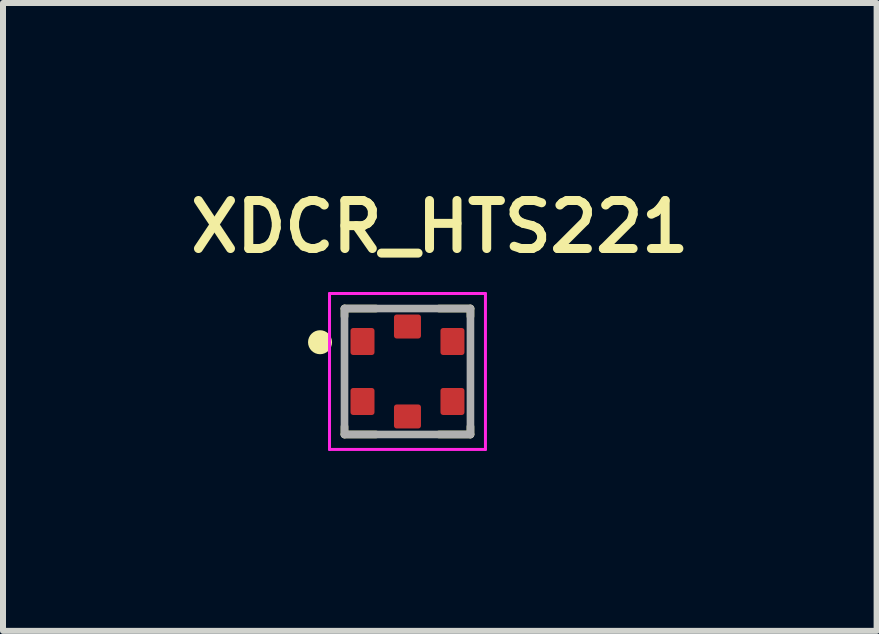
<source format=kicad_pcb>
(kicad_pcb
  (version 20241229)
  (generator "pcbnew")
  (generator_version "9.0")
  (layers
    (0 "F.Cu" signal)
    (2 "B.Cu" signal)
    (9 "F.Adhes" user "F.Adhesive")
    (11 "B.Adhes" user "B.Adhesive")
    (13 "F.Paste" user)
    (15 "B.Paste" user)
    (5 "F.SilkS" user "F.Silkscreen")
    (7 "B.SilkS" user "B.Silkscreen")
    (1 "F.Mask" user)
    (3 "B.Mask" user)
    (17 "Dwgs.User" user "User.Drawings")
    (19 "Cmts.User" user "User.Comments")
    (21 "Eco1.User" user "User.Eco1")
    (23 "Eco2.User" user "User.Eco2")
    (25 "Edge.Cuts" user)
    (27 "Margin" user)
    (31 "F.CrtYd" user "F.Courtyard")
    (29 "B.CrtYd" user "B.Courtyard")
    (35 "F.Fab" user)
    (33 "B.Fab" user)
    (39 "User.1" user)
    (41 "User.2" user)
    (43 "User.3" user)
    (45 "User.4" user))
  (footprint "XDCR_HTS221"
    (layer "F.Cu")
    (at 3.744 3.144)
    (property "Reference" "XDCR_HTS221" (at 0.539 -2.413 0) (layer "F.SilkS") (effects (font (size 0.801 0.801) (thickness 0.15))))
    (attr through_hole)
    (fp_line (start -1.05 -1.05) (end -0.525 -1.05) (stroke (width 0.127) (type solid)) (layer "F.SilkS"))
    (fp_line (start -1.05 -0.919) (end -1.05 -1.05) (stroke (width 0.127) (type solid)) (layer "F.SilkS"))
    (fp_line (start -1.05 0.919) (end -1.05 1.05) (stroke (width 0.127) (type solid)) (layer "F.SilkS"))
    (fp_line (start -1.05 1.05) (end -0.525 1.05) (stroke (width 0.127) (type solid)) (layer "F.SilkS"))
    (fp_line (start 0.525 -1.05) (end 1.05 -1.05) (stroke (width 0.127) (type solid)) (layer "F.SilkS"))
    (fp_line (start 0.525 1.05) (end 1.05 1.05) (stroke (width 0.127) (type solid)) (layer "F.SilkS"))
    (fp_line (start 1.05 -1.05) (end 1.05 -0.919) (stroke (width 0.127) (type solid)) (layer "F.SilkS"))
    (fp_line (start 1.05 1.05) (end 1.05 0.919) (stroke (width 0.127) (type solid)) (layer "F.SilkS"))
    (fp_circle (center -1.458 -0.488) (end -1.358 -0.488) (stroke (width 0.2) (type solid)) (fill no) (layer "F.SilkS"))
    (fp_line (start -1.3 -1.3) (end 1.3 -1.3) (stroke (width 0.05) (type solid)) (layer "F.CrtYd"))
    (fp_line (start -1.3 1.3) (end -1.3 -1.3) (stroke (width 0.05) (type solid)) (layer "F.CrtYd"))
    (fp_line (start 1.3 -1.3) (end 1.3 1.3) (stroke (width 0.05) (type solid)) (layer "F.CrtYd"))
    (fp_line (start 1.3 1.3) (end -1.3 1.3) (stroke (width 0.05) (type solid)) (layer "F.CrtYd"))
    (fp_line (start -1.05 -1.05) (end -1.05 1.05) (stroke (width 0.127) (type solid)) (layer "F.Fab"))
    (fp_line (start -1.05 1.05) (end 1.05 1.05) (stroke (width 0.127) (type solid)) (layer "F.Fab"))
    (fp_line (start 1.05 -1.05) (end -1.05 -1.05) (stroke (width 0.127) (type solid)) (layer "F.Fab"))
    (fp_line (start 1.05 1.05) (end 1.05 -1.05) (stroke (width 0.127) (type solid)) (layer "F.Fab"))
    (pad "1" smd roundrect (at -0.75 -0.5) (size 0.4 0.45) (layers "F.Cu" "F.Mask" "F.Paste") (roundrect_rratio 0.11))
    (pad "2" smd roundrect (at -0.75 0.5) (size 0.4 0.45) (layers "F.Cu" "F.Mask" "F.Paste") (roundrect_rratio 0.11))
    (pad "3" smd roundrect (at 0 0.75 90) (size 0.4 0.45) (layers "F.Cu" "F.Mask" "F.Paste") (roundrect_rratio 0.11))
    (pad "4" smd roundrect (at 0.75 0.5) (size 0.4 0.45) (layers "F.Cu" "F.Mask" "F.Paste") (roundrect_rratio 0.11))
    (pad "5" smd roundrect (at 0.75 -0.5) (size 0.4 0.45) (layers "F.Cu" "F.Mask" "F.Paste") (roundrect_rratio 0.11))
    (pad "6" smd roundrect (at 0 -0.75 90) (size 0.4 0.45) (layers "F.Cu" "F.Mask" "F.Paste") (roundrect_rratio 0.11)))
  (gr_rect
    (start -3 -3)
    (end 11.566 7.469)
    (stroke (width 0.1) (type default))
    (fill no)
    (layer "Edge.Cuts")))
</source>
